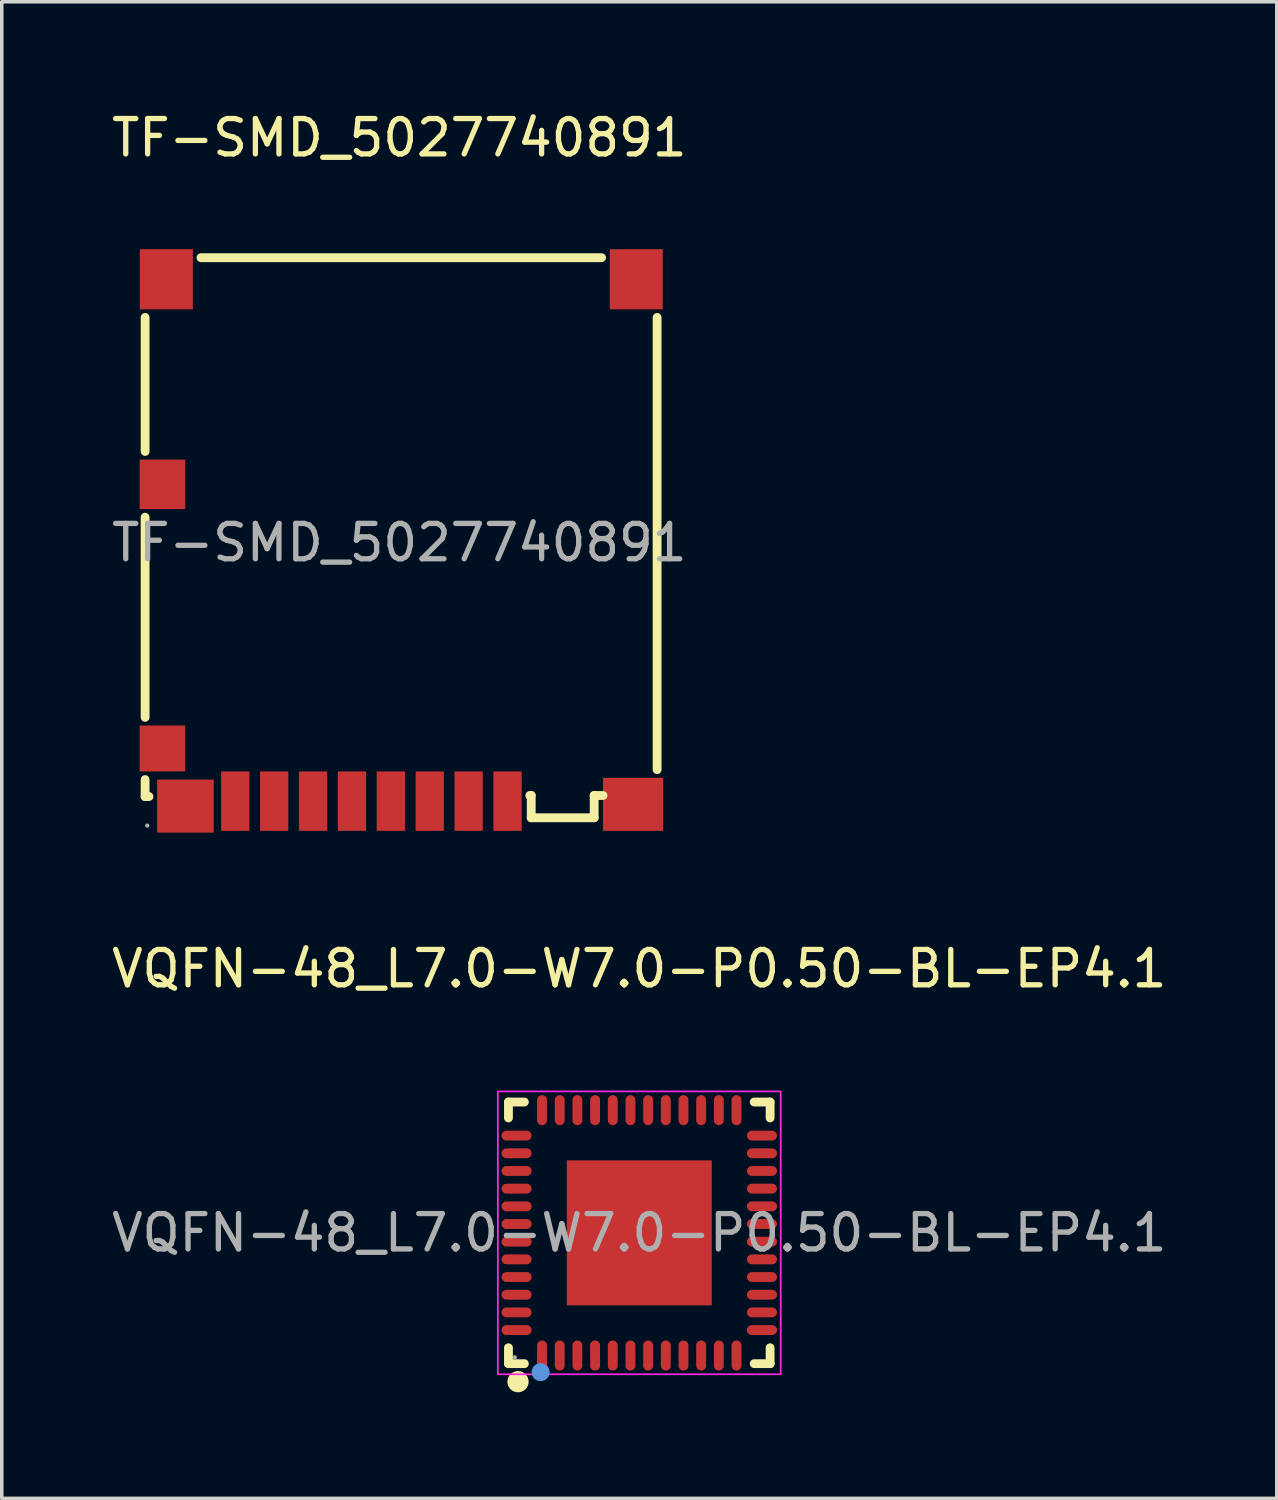
<source format=kicad_pcb>
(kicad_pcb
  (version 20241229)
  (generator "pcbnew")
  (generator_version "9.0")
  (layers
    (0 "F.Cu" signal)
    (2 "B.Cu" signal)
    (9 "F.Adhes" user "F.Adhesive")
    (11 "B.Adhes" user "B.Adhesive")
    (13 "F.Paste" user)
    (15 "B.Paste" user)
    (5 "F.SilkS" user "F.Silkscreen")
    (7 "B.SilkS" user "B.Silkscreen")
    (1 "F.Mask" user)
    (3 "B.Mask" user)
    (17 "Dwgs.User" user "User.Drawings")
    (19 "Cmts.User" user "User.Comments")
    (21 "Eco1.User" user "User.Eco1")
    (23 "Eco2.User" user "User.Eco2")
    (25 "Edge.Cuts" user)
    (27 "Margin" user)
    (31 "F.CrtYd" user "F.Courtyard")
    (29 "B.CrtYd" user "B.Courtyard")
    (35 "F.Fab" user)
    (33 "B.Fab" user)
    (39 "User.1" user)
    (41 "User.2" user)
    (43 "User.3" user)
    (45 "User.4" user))
  (footprint "TF-SMD_5027740891"
    (layer "F.Cu")
    (at 8.244 12.298)
    (property "Reference" "TF-SMD_5027740891" (at 0 -11.45 0) (layer "F.SilkS") (effects (font (size 1 1) (thickness 0.15))))
    (attr smd)
    (fp_line (start -7.19 -2.58) (end -7.19 -6.37) (stroke (width 0.25) (type solid)) (layer "F.SilkS"))
    (fp_line (start -7.19 4.94) (end -7.19 -0.72) (stroke (width 0.25) (type solid)) (layer "F.SilkS"))
    (fp_line (start -7.19 7.18) (end -7.19 6.7) (stroke (width 0.25) (type solid)) (layer "F.SilkS"))
    (fp_line (start -7.08 7.18) (end -7.19 7.18) (stroke (width 0.25) (type solid)) (layer "F.SilkS"))
    (fp_line (start -5.61 -8.06) (end 5.72 -8.06) (stroke (width 0.25) (type solid)) (layer "F.SilkS"))
    (fp_line (start 3.73 7.15) (end 3.69 7.15) (stroke (width 0.25) (type solid)) (layer "F.SilkS"))
    (fp_line (start 3.73 7.78) (end 3.73 7.15) (stroke (width 0.25) (type solid)) (layer "F.SilkS"))
    (fp_line (start 5.51 7.15) (end 5.51 7.78) (stroke (width 0.25) (type solid)) (layer "F.SilkS"))
    (fp_line (start 5.51 7.78) (end 3.73 7.78) (stroke (width 0.25) (type solid)) (layer "F.SilkS"))
    (fp_line (start 5.76 7.15) (end 5.51 7.15) (stroke (width 0.25) (type solid)) (layer "F.SilkS"))
    (fp_line (start 7.29 -6.37) (end 7.29 6.42) (stroke (width 0.25) (type solid)) (layer "F.SilkS"))
    (fp_circle (center -7.13 8) (end -7.1 8) (stroke (width 0.06) (type solid)) (fill no) (layer "F.Fab"))
    (fp_text user "${REFERENCE}" (at 0 0 0) (layer "F.Fab") (effects (font (size 1 1) (thickness 0.15))))
    (pad "1" smd rect (at 3.06 7.31) (size 0.8 1.68) (layers "F.Cu" "F.Mask" "F.Paste"))
    (pad "2" smd rect (at 1.96 7.31) (size 0.8 1.68) (layers "F.Cu" "F.Mask" "F.Paste"))
    (pad "3" smd rect (at 0.86 7.31) (size 0.8 1.68) (layers "F.Cu" "F.Mask" "F.Paste"))
    (pad "4" smd rect (at -0.24 7.31) (size 0.8 1.68) (layers "F.Cu" "F.Mask" "F.Paste"))
    (pad "5" smd rect (at -1.34 7.31) (size 0.8 1.68) (layers "F.Cu" "F.Mask" "F.Paste"))
    (pad "6" smd rect (at -2.44 7.31) (size 0.8 1.68) (layers "F.Cu" "F.Mask" "F.Paste"))
    (pad "7" smd rect (at -3.54 7.31) (size 0.8 1.68) (layers "F.Cu" "F.Mask" "F.Paste"))
    (pad "8" smd rect (at -4.64 7.31) (size 0.8 1.68) (layers "F.Cu" "F.Mask" "F.Paste"))
    (pad "9" smd rect (at -6.7 -1.65) (size 1.29 1.4) (layers "F.Cu" "F.Mask" "F.Paste"))
    (pad "10" smd rect (at -6.7 5.82) (size 1.29 1.3) (layers "F.Cu" "F.Mask" "F.Paste"))
    (pad "11" smd rect (at -6.05 7.45) (size 1.6 1.5) (layers "F.Cu" "F.Mask" "F.Paste"))
    (pad "12" smd rect (at 6.61 7.4) (size 1.7 1.5) (layers "F.Cu" "F.Mask" "F.Paste"))
    (pad "13" smd rect (at 6.7 -7.45) (size 1.5 1.7) (layers "F.Cu" "F.Mask" "F.Paste"))
    (pad "14" smd rect (at -6.59 -7.45) (size 1.5 1.7) (layers "F.Cu" "F.Mask" "F.Paste")))
  (footprint "VQFN-48_L7.0-W7.0-P0.50-BL-EP4.1"
    (layer "F.Cu")
    (at 15.03 31.817)
    (property "Reference" "VQFN-48_L7.0-W7.0-P0.50-BL-EP4.1" (at 0 -7.47 0) (layer "F.SilkS") (effects (font (size 1 1) (thickness 0.15))))
    (attr smd)
    (fp_line (start -3.7 -3.7) (end -3.25 -3.7) (stroke (width 0.25) (type solid)) (layer "F.SilkS"))
    (fp_line (start -3.7 -3.25) (end -3.7 -3.7) (stroke (width 0.25) (type solid)) (layer "F.SilkS"))
    (fp_line (start -3.7 3.7) (end -3.7 3.25) (stroke (width 0.25) (type solid)) (layer "F.SilkS"))
    (fp_line (start -3.25 3.7) (end -3.7 3.7) (stroke (width 0.25) (type solid)) (layer "F.SilkS"))
    (fp_line (start 3.25 3.7) (end 3.7 3.7) (stroke (width 0.25) (type solid)) (layer "F.SilkS"))
    (fp_line (start 3.7 -3.7) (end 3.25 -3.7) (stroke (width 0.25) (type solid)) (layer "F.SilkS"))
    (fp_line (start 3.7 -3.25) (end 3.7 -3.7) (stroke (width 0.25) (type solid)) (layer "F.SilkS"))
    (fp_line (start 3.7 3.7) (end 3.7 3.25) (stroke (width 0.25) (type solid)) (layer "F.SilkS"))
    (fp_arc (start -3.42 4.06) (mid -3.434995 4.36025) (end -3.430016 4.059667) (stroke (width 0.3) (type solid)) (layer "F.SilkS"))
    (fp_circle (center -2.79 3.94) (end -2.66 3.94) (stroke (width 0.25) (type solid)) (fill no) (layer "Cmts.User"))
    (fp_rect (start -4 -4) (end 4 4) (stroke (width 0.05) (type default)) (fill no) (layer "F.CrtYd"))
    (fp_circle (center -3.52 3.52) (end -3.49 3.52) (stroke (width 0.06) (type solid)) (fill no) (layer "F.Fab"))
    (fp_text user "${REFERENCE}" (at 0 0 0) (layer "F.Fab") (effects (font (size 1 1) (thickness 0.15))))
    (pad "1" smd oval (at -2.75 3.47) (size 0.28 0.85) (layers "F.Cu" "F.Mask" "F.Paste"))
    (pad "2" smd oval (at -2.25 3.47) (size 0.28 0.85) (layers "F.Cu" "F.Mask" "F.Paste"))
    (pad "3" smd oval (at -1.75 3.47) (size 0.28 0.85) (layers "F.Cu" "F.Mask" "F.Paste"))
    (pad "4" smd oval (at -1.25 3.47) (size 0.28 0.85) (layers "F.Cu" "F.Mask" "F.Paste"))
    (pad "5" smd oval (at -0.75 3.47) (size 0.28 0.85) (layers "F.Cu" "F.Mask" "F.Paste"))
    (pad "6" smd oval (at -0.25 3.47) (size 0.28 0.85) (layers "F.Cu" "F.Mask" "F.Paste"))
    (pad "7" smd oval (at 0.25 3.47) (size 0.28 0.85) (layers "F.Cu" "F.Mask" "F.Paste"))
    (pad "8" smd oval (at 0.75 3.47) (size 0.28 0.85) (layers "F.Cu" "F.Mask" "F.Paste"))
    (pad "9" smd oval (at 1.25 3.47) (size 0.28 0.85) (layers "F.Cu" "F.Mask" "F.Paste"))
    (pad "10" smd oval (at 1.75 3.47) (size 0.28 0.85) (layers "F.Cu" "F.Mask" "F.Paste"))
    (pad "11" smd oval (at 2.25 3.47) (size 0.28 0.85) (layers "F.Cu" "F.Mask" "F.Paste"))
    (pad "12" smd oval (at 2.75 3.47) (size 0.28 0.85) (layers "F.Cu" "F.Mask" "F.Paste"))
    (pad "13" smd oval (at 3.47 2.75) (size 0.85 0.28) (layers "F.Cu" "F.Mask" "F.Paste"))
    (pad "14" smd oval (at 3.47 2.25) (size 0.85 0.28) (layers "F.Cu" "F.Mask" "F.Paste"))
    (pad "15" smd oval (at 3.47 1.75) (size 0.85 0.28) (layers "F.Cu" "F.Mask" "F.Paste"))
    (pad "16" smd oval (at 3.47 1.25) (size 0.85 0.28) (layers "F.Cu" "F.Mask" "F.Paste"))
    (pad "17" smd oval (at 3.47 0.75) (size 0.85 0.28) (layers "F.Cu" "F.Mask" "F.Paste"))
    (pad "18" smd oval (at 3.47 0.25) (size 0.85 0.28) (layers "F.Cu" "F.Mask" "F.Paste"))
    (pad "19" smd oval (at 3.47 -0.25) (size 0.85 0.28) (layers "F.Cu" "F.Mask" "F.Paste"))
    (pad "20" smd oval (at 3.47 -0.75) (size 0.85 0.28) (layers "F.Cu" "F.Mask" "F.Paste"))
    (pad "21" smd oval (at 3.47 -1.25) (size 0.85 0.28) (layers "F.Cu" "F.Mask" "F.Paste"))
    (pad "22" smd oval (at 3.47 -1.75) (size 0.85 0.28) (layers "F.Cu" "F.Mask" "F.Paste"))
    (pad "23" smd oval (at 3.47 -2.25) (size 0.85 0.28) (layers "F.Cu" "F.Mask" "F.Paste"))
    (pad "24" smd oval (at 3.47 -2.75) (size 0.85 0.28) (layers "F.Cu" "F.Mask" "F.Paste"))
    (pad "25" smd oval (at 2.75 -3.47) (size 0.28 0.85) (layers "F.Cu" "F.Mask" "F.Paste"))
    (pad "26" smd oval (at 2.25 -3.47) (size 0.28 0.85) (layers "F.Cu" "F.Mask" "F.Paste"))
    (pad "27" smd oval (at 1.75 -3.47) (size 0.28 0.85) (layers "F.Cu" "F.Mask" "F.Paste"))
    (pad "28" smd oval (at 1.25 -3.47) (size 0.28 0.85) (layers "F.Cu" "F.Mask" "F.Paste"))
    (pad "29" smd oval (at 0.75 -3.47) (size 0.28 0.85) (layers "F.Cu" "F.Mask" "F.Paste"))
    (pad "30" smd oval (at 0.25 -3.47) (size 0.28 0.85) (layers "F.Cu" "F.Mask" "F.Paste"))
    (pad "31" smd oval (at -0.25 -3.47) (size 0.28 0.85) (layers "F.Cu" "F.Mask" "F.Paste"))
    (pad "32" smd oval (at -0.75 -3.47) (size 0.28 0.85) (layers "F.Cu" "F.Mask" "F.Paste"))
    (pad "33" smd oval (at -1.25 -3.47) (size 0.28 0.85) (layers "F.Cu" "F.Mask" "F.Paste"))
    (pad "34" smd oval (at -1.75 -3.47) (size 0.28 0.85) (layers "F.Cu" "F.Mask" "F.Paste"))
    (pad "35" smd oval (at -2.25 -3.47) (size 0.28 0.85) (layers "F.Cu" "F.Mask" "F.Paste"))
    (pad "36" smd oval (at -2.75 -3.47) (size 0.28 0.85) (layers "F.Cu" "F.Mask" "F.Paste"))
    (pad "37" smd oval (at -3.47 -2.75) (size 0.85 0.28) (layers "F.Cu" "F.Mask" "F.Paste"))
    (pad "38" smd oval (at -3.47 -2.25) (size 0.85 0.28) (layers "F.Cu" "F.Mask" "F.Paste"))
    (pad "39" smd oval (at -3.47 -1.75) (size 0.85 0.28) (layers "F.Cu" "F.Mask" "F.Paste"))
    (pad "40" smd oval (at -3.47 -1.25) (size 0.85 0.28) (layers "F.Cu" "F.Mask" "F.Paste"))
    (pad "41" smd oval (at -3.47 -0.75) (size 0.85 0.28) (layers "F.Cu" "F.Mask" "F.Paste"))
    (pad "42" smd oval (at -3.47 -0.25) (size 0.85 0.28) (layers "F.Cu" "F.Mask" "F.Paste"))
    (pad "43" smd oval (at -3.47 0.25) (size 0.85 0.28) (layers "F.Cu" "F.Mask" "F.Paste"))
    (pad "44" smd oval (at -3.47 0.75) (size 0.85 0.28) (layers "F.Cu" "F.Mask" "F.Paste"))
    (pad "45" smd oval (at -3.47 1.25) (size 0.85 0.28) (layers "F.Cu" "F.Mask" "F.Paste"))
    (pad "46" smd oval (at -3.47 1.75) (size 0.85 0.28) (layers "F.Cu" "F.Mask" "F.Paste"))
    (pad "47" smd oval (at -3.47 2.25) (size 0.85 0.28) (layers "F.Cu" "F.Mask" "F.Paste"))
    (pad "48" smd oval (at -3.47 2.75) (size 0.85 0.28) (layers "F.Cu" "F.Mask" "F.Paste"))
    (pad "49" smd rect (at 0 0) (size 4.1 4.1) (layers "F.Cu" "F.Mask" "F.Paste")))
  (gr_rect
    (start -3 -3)
    (end 33.06 39.327)
    (stroke (width 0.1) (type default))
    (fill no)
    (layer "Edge.Cuts")))
</source>
